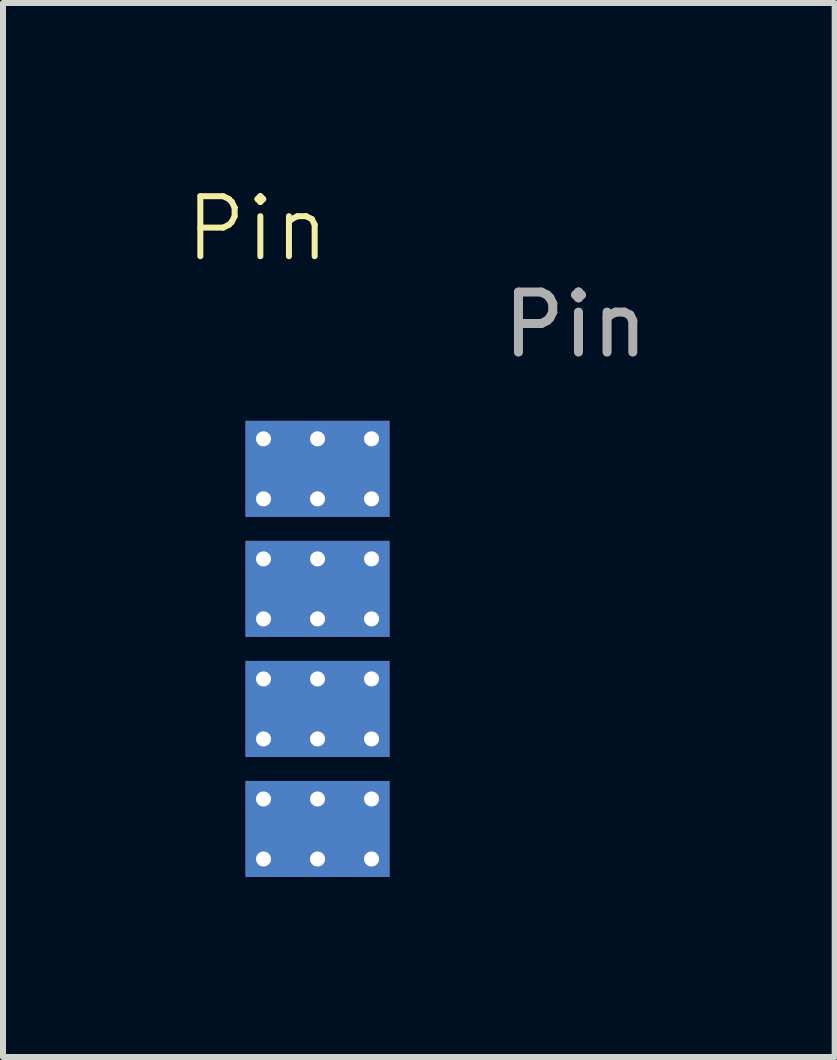
<source format=kicad_pcb>
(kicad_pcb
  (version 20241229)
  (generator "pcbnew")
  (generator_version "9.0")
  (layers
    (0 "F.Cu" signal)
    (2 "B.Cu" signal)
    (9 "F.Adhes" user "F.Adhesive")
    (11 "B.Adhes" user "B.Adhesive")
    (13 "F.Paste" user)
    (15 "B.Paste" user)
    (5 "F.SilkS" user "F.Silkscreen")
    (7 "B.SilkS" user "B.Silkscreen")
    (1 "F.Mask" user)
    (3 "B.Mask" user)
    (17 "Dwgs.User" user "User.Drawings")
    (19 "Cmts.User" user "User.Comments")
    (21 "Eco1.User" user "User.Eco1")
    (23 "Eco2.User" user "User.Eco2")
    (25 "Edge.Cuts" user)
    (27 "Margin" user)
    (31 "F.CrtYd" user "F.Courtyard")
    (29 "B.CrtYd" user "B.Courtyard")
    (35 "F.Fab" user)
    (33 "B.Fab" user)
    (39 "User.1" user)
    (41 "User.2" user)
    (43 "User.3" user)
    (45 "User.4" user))
  (footprint "Pin"
    (layer "F.Cu")
    (at 2.24 4.761)
    (property "Reference" "Pin" (at -1 -4 0) (unlocked yes) (layer "F.SilkS") (effects (font (size 1 1) (thickness 0.1))))
    (attr smd)
    (fp_text user "${REFERENCE}" (at 4.3 -2.4 0) (unlocked yes) (layer "F.Fab") (effects (font (size 1 1) (thickness 0.15))))
    (pad "1" thru_hole circle (at -0.9 -0.5) (size 0.35 0.35) (drill 0.25) (layers "*.Cu" "*.Mask"))
    (pad "1" thru_hole circle (at -0.9 0.5) (size 0.35 0.35) (drill 0.25) (layers "*.Cu" "*.Mask"))
    (pad "1" thru_hole circle (at 0 -0.5) (size 0.35 0.35) (drill 0.25) (layers "*.Cu" "*.Mask"))
    (pad "1" smd rect (at 0 0) (size 2.4 1.6) (layers "F.Cu" "F.Mask" "F.Paste"))
    (pad "1" smd rect (at 0 0) (size 2.4 1.6) (layers "B.Cu" "B.Mask" "B.Paste"))
    (pad "1" thru_hole circle (at 0 0.5) (size 0.35 0.35) (drill 0.25) (layers "*.Cu" "*.Mask"))
    (pad "1" thru_hole circle (at 0.9 -0.5) (size 0.35 0.35) (drill 0.25) (layers "*.Cu" "*.Mask"))
    (pad "1" thru_hole circle (at 0.9 0.5) (size 0.35 0.35) (drill 0.25) (layers "*.Cu" "*.Mask"))
    (pad "2" thru_hole circle (at -0.9 1.5) (size 0.35 0.35) (drill 0.25) (layers "*.Cu" "*.Mask"))
    (pad "2" thru_hole circle (at -0.9 2.5) (size 0.35 0.35) (drill 0.25) (layers "*.Cu" "*.Mask"))
    (pad "2" thru_hole circle (at 0 1.5) (size 0.35 0.35) (drill 0.25) (layers "*.Cu" "*.Mask"))
    (pad "2" smd rect (at 0 2) (size 2.4 1.6) (layers "F.Cu" "F.Mask" "F.Paste"))
    (pad "2" smd rect (at 0 2) (size 2.4 1.6) (layers "B.Cu" "B.Mask" "B.Paste"))
    (pad "2" thru_hole circle (at 0 2.5) (size 0.35 0.35) (drill 0.25) (layers "*.Cu" "*.Mask"))
    (pad "2" thru_hole circle (at 0.9 1.5) (size 0.35 0.35) (drill 0.25) (layers "*.Cu" "*.Mask"))
    (pad "2" thru_hole circle (at 0.9 2.5) (size 0.35 0.35) (drill 0.25) (layers "*.Cu" "*.Mask"))
    (pad "3" thru_hole circle (at -0.9 3.5) (size 0.35 0.35) (drill 0.25) (layers "*.Cu" "*.Mask"))
    (pad "3" thru_hole circle (at -0.9 4.5) (size 0.35 0.35) (drill 0.25) (layers "*.Cu" "*.Mask"))
    (pad "3" thru_hole circle (at 0 3.5) (size 0.35 0.35) (drill 0.25) (layers "*.Cu" "*.Mask"))
    (pad "3" smd rect (at 0 4) (size 2.4 1.6) (layers "F.Cu" "F.Mask" "F.Paste"))
    (pad "3" smd rect (at 0 4) (size 2.4 1.6) (layers "B.Cu" "B.Mask" "B.Paste"))
    (pad "3" thru_hole circle (at 0 4.5) (size 0.35 0.35) (drill 0.25) (layers "*.Cu" "*.Mask"))
    (pad "3" thru_hole circle (at 0.9 3.5) (size 0.35 0.35) (drill 0.25) (layers "*.Cu" "*.Mask"))
    (pad "3" thru_hole circle (at 0.9 4.5) (size 0.35 0.35) (drill 0.25) (layers "*.Cu" "*.Mask"))
    (pad "4" thru_hole circle (at -0.9 5.5) (size 0.35 0.35) (drill 0.25) (layers "*.Cu" "*.Mask"))
    (pad "4" thru_hole circle (at -0.9 6.5) (size 0.35 0.35) (drill 0.25) (layers "*.Cu" "*.Mask"))
    (pad "4" thru_hole circle (at 0 5.5) (size 0.35 0.35) (drill 0.25) (layers "*.Cu" "*.Mask"))
    (pad "4" smd rect (at 0 6) (size 2.4 1.6) (layers "F.Cu" "F.Mask" "F.Paste"))
    (pad "4" smd rect (at 0 6) (size 2.4 1.6) (layers "B.Cu" "B.Mask" "B.Paste"))
    (pad "4" thru_hole circle (at 0 6.5) (size 0.35 0.35) (drill 0.25) (layers "*.Cu" "*.Mask"))
    (pad "4" thru_hole circle (at 0.9 5.5) (size 0.35 0.35) (drill 0.25) (layers "*.Cu" "*.Mask"))
    (pad "4" thru_hole circle (at 0.9 6.5) (size 0.35 0.35) (drill 0.25) (layers "*.Cu" "*.Mask")))
  (gr_rect
    (start -3 -3)
    (end 10.856 14.56)
    (stroke (width 0.1) (type default))
    (fill no)
    (layer "Edge.Cuts")))
</source>
